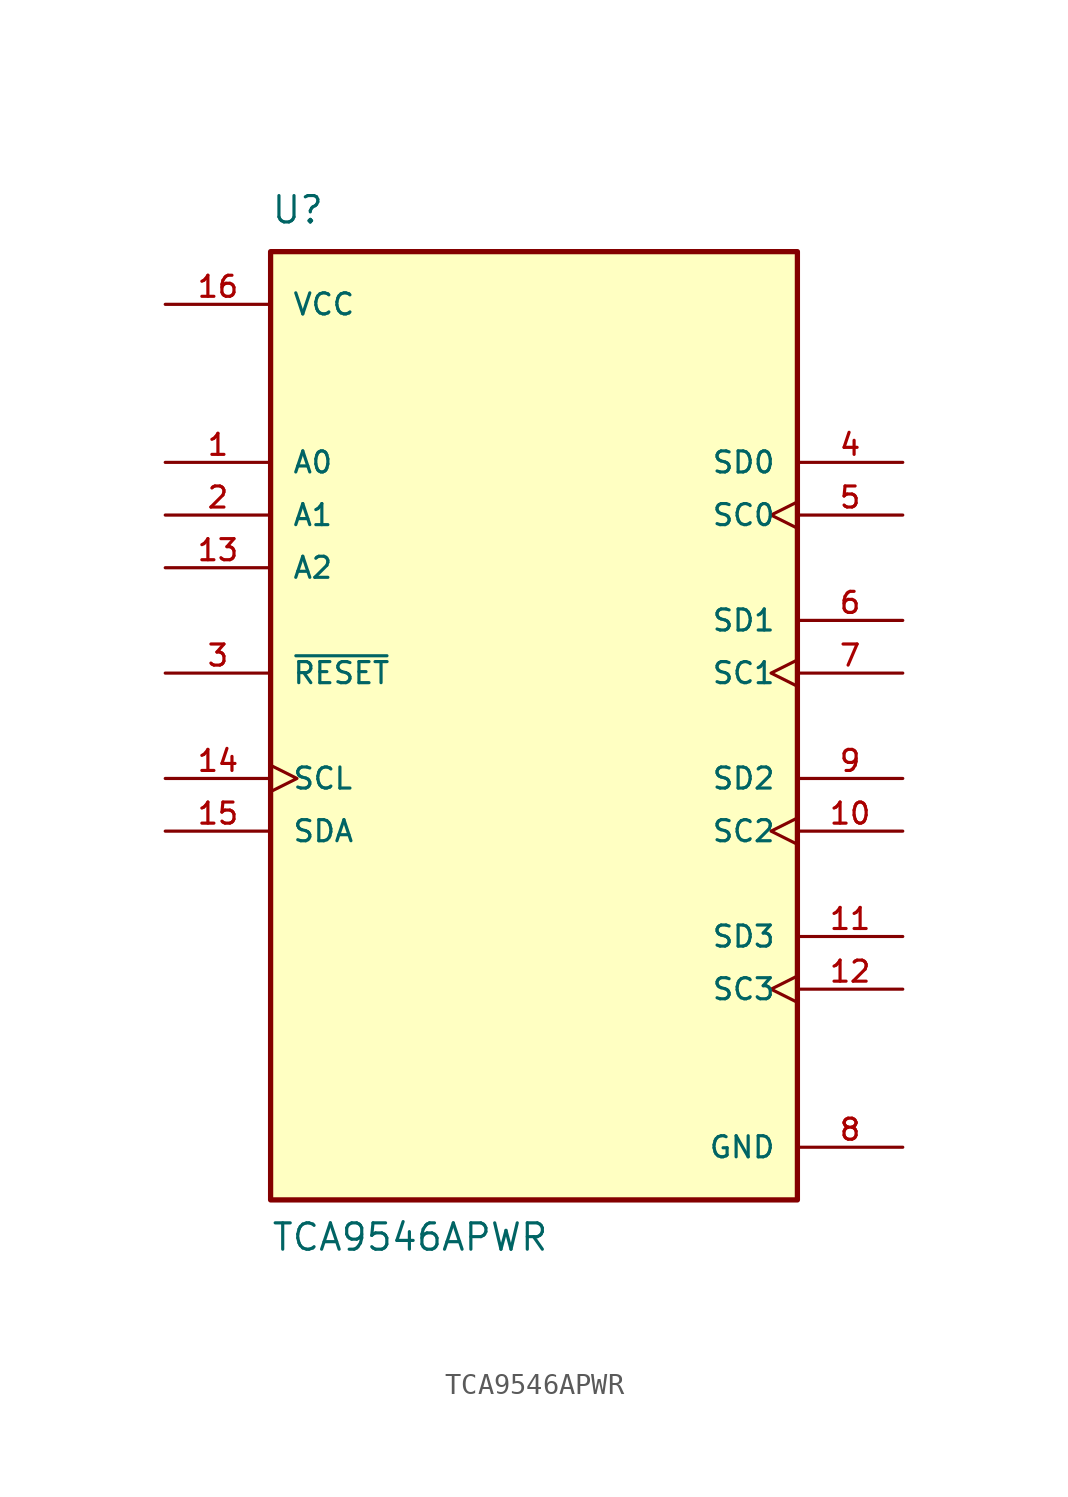
<source format=kicad_sym>
(kicad_symbol_lib
  (version 20231120)
  (generator "kicad_symbol_editor")
  (generator_version "8.0")
  (symbol "TCA9546APWR"
    (pin_names
      (offset 1.016))
    (property "Reference" "U"
      (at -12.7 24.13 0)
      (effects (font (size 1.27 1.27)) (justify left bottom)))
    (property "Value" "TCA9546APWR"
      (at -12.7 -25.4 0)
      (effects (font (size 1.27 1.27)) (justify left bottom)))
    (symbol "TCA9546APWR_0_0"
      (rectangle (start -12.7 22.86) (end 12.7 -22.86) (stroke (width 0.254) (type default)) (fill (type background)))
      (pin input line (at -17.78 12.7 0) (length 5.08) (name "A0" (effects (font (size 1.016 1.016)))) (number "1" (effects (font (size 1.016 1.016)))))
      (pin bidirectional clock (at 17.78 -5.08 180) (length 5.08) (name "SC2" (effects (font (size 1.016 1.016)))) (number "10" (effects (font (size 1.016 1.016)))))
      (pin bidirectional line (at 17.78 -10.16 180) (length 5.08) (name "SD3" (effects (font (size 1.016 1.016)))) (number "11" (effects (font (size 1.016 1.016)))))
      (pin bidirectional clock (at 17.78 -12.7 180) (length 5.08) (name "SC3" (effects (font (size 1.016 1.016)))) (number "12" (effects (font (size 1.016 1.016)))))
      (pin input line (at -17.78 7.62 0) (length 5.08) (name "A2" (effects (font (size 1.016 1.016)))) (number "13" (effects (font (size 1.016 1.016)))))
      (pin bidirectional clock (at -17.78 -2.54 0) (length 5.08) (name "SCL" (effects (font (size 1.016 1.016)))) (number "14" (effects (font (size 1.016 1.016)))))
      (pin bidirectional line (at -17.78 -5.08 0) (length 5.08) (name "SDA" (effects (font (size 1.016 1.016)))) (number "15" (effects (font (size 1.016 1.016)))))
      (pin power_in line (at -17.78 20.32 0) (length 5.08) (name "VCC" (effects (font (size 1.016 1.016)))) (number "16" (effects (font (size 1.016 1.016)))))
      (pin input line (at -17.78 10.16 0) (length 5.08) (name "A1" (effects (font (size 1.016 1.016)))) (number "2" (effects (font (size 1.016 1.016)))))
      (pin input line (at -17.78 2.54 0) (length 5.08) (name "~{RESET}" (effects (font (size 1.016 1.016)))) (number "3" (effects (font (size 1.016 1.016)))))
      (pin bidirectional line (at 17.78 12.7 180) (length 5.08) (name "SD0" (effects (font (size 1.016 1.016)))) (number "4" (effects (font (size 1.016 1.016)))))
      (pin bidirectional clock (at 17.78 10.16 180) (length 5.08) (name "SC0" (effects (font (size 1.016 1.016)))) (number "5" (effects (font (size 1.016 1.016)))))
      (pin bidirectional line (at 17.78 5.08 180) (length 5.08) (name "SD1" (effects (font (size 1.016 1.016)))) (number "6" (effects (font (size 1.016 1.016)))))
      (pin bidirectional clock (at 17.78 2.54 180) (length 5.08) (name "SC1" (effects (font (size 1.016 1.016)))) (number "7" (effects (font (size 1.016 1.016)))))
      (pin power_in line (at 17.78 -20.32 180) (length 5.08) (name "GND" (effects (font (size 1.016 1.016)))) (number "8" (effects (font (size 1.016 1.016)))))
      (pin bidirectional line (at 17.78 -2.54 180) (length 5.08) (name "SD2" (effects (font (size 1.016 1.016)))) (number "9" (effects (font (size 1.016 1.016))))))))
</source>
